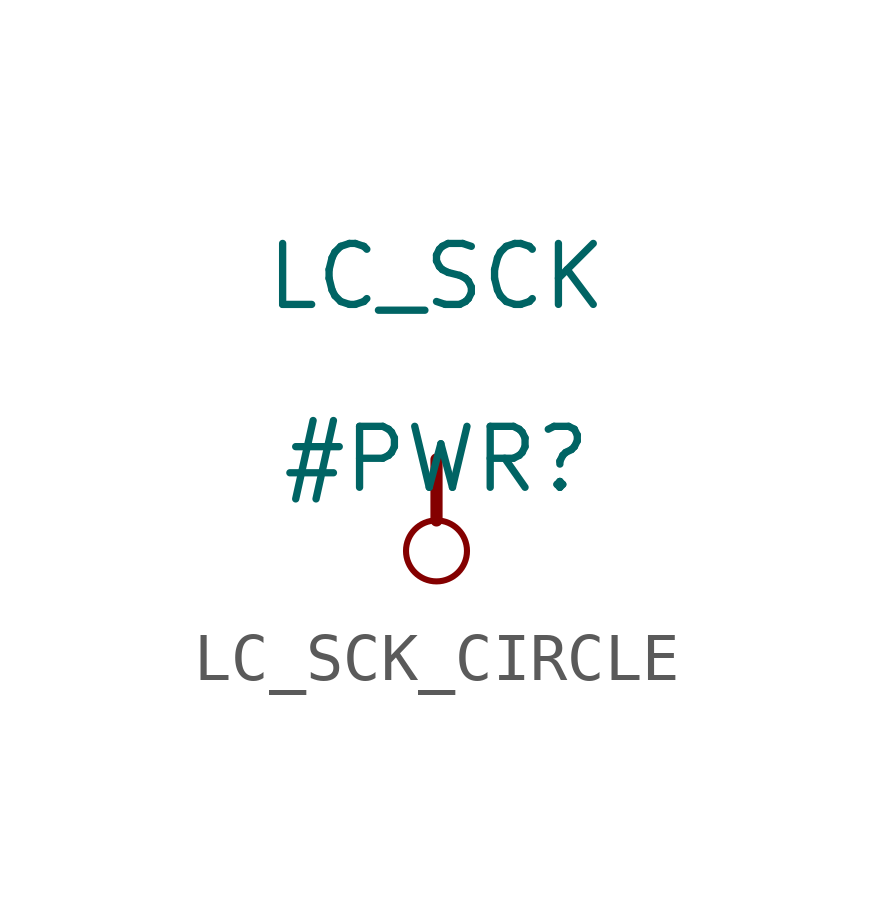
<source format=kicad_sym>
(kicad_symbol_lib
  (version 20231120)
  (generator "kicad_symbol_editor")
  (generator_version "8.0")
  (symbol "LC_SCK_CIRCLE"
    (power)
    (property "Reference" "#PWR"
      (at 0 0 0)
      (effects (font (size 1.27 1.27))))
    (property "Value" "LC_SCK"
      (at 0 3.81 0)
      (effects (font (size 1.27 1.27))))
    (symbol "LC_SCK_CIRCLE_0_0"
      (circle (center 0 -1.905) (radius 0.635) (stroke (width 0.127) (type solid)) (fill (type none)))
      (polyline (pts (xy 0 0) (xy 0 -1.27)) (stroke (width 0.254) (type solid)) (fill (type none)))
      (pin power_in line (at 0 0 0) (length 0) hide (name "LC_SCK" (effects (font (size 1.27 1.27)))) (number "" (effects (font (size 1.27 1.27))))))))
</source>
